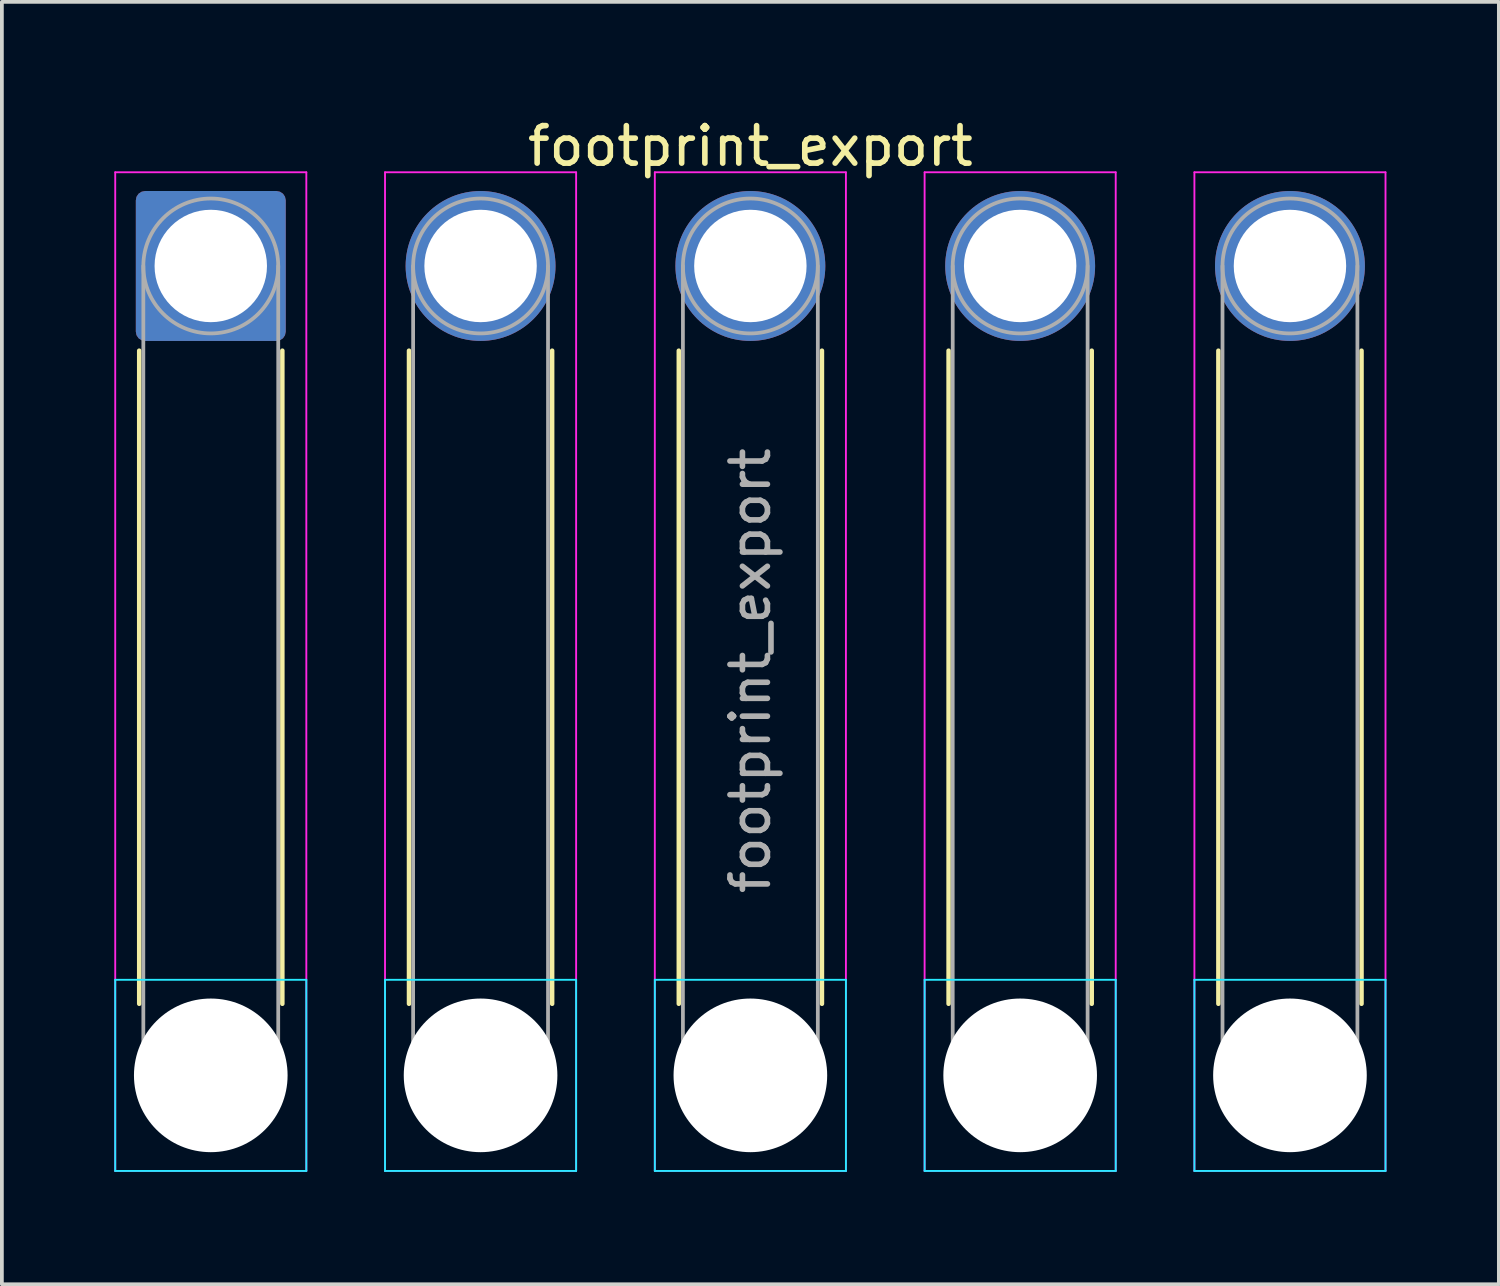
<source format=kicad_pcb>
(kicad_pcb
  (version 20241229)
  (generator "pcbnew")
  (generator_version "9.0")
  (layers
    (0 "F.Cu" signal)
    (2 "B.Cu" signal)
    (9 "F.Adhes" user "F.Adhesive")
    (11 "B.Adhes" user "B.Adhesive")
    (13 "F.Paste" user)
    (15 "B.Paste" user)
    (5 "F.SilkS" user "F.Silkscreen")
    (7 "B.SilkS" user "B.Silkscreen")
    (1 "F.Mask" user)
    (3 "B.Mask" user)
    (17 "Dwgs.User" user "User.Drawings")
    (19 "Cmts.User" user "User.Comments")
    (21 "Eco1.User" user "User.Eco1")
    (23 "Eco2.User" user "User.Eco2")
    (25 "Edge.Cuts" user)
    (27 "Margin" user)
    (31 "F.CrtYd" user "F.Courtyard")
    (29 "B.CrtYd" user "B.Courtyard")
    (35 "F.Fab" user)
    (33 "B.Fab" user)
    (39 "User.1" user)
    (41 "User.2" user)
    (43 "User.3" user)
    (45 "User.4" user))
  (footprint "footprint_export"
    (layer "F.Cu")
    (at 2.575 4.048)
    (property "Reference" "footprint_export" (at 14.4 -3.2 0) (layer "F.SilkS") (effects (font (size 1 1) (thickness 0.15))))
    (attr exclude_from_pos_files exclude_from_bom)
    (fp_line (start -1.91 2.26) (end -1.91 19.69) (stroke (width 0.12) (type solid)) (layer "F.SilkS"))
    (fp_line (start 1.91 2.26) (end 1.91 19.69) (stroke (width 0.12) (type solid)) (layer "F.SilkS"))
    (fp_line (start 5.29 2.26) (end 5.29 19.69) (stroke (width 0.12) (type solid)) (layer "F.SilkS"))
    (fp_line (start 9.11 2.26) (end 9.11 19.69) (stroke (width 0.12) (type solid)) (layer "F.SilkS"))
    (fp_line (start 12.49 2.26) (end 12.49 19.69) (stroke (width 0.12) (type solid)) (layer "F.SilkS"))
    (fp_line (start 16.31 2.26) (end 16.31 19.69) (stroke (width 0.12) (type solid)) (layer "F.SilkS"))
    (fp_line (start 19.69 2.26) (end 19.69 19.69) (stroke (width 0.12) (type solid)) (layer "F.SilkS"))
    (fp_line (start 23.51 2.26) (end 23.51 19.69) (stroke (width 0.12) (type solid)) (layer "F.SilkS"))
    (fp_line (start 26.89 2.26) (end 26.89 19.69) (stroke (width 0.12) (type solid)) (layer "F.SilkS"))
    (fp_line (start 30.71 2.26) (end 30.71 19.69) (stroke (width 0.12) (type solid)) (layer "F.SilkS"))
    (fp_line (start -2.55 19.05) (end -2.55 24.15) (stroke (width 0.05) (type solid)) (layer "B.CrtYd"))
    (fp_line (start -2.55 24.15) (end 2.55 24.15) (stroke (width 0.05) (type solid)) (layer "B.CrtYd"))
    (fp_line (start 2.55 19.05) (end -2.55 19.05) (stroke (width 0.05) (type solid)) (layer "B.CrtYd"))
    (fp_line (start 2.55 24.15) (end 2.55 19.05) (stroke (width 0.05) (type solid)) (layer "B.CrtYd"))
    (fp_line (start 4.65 19.05) (end 4.65 24.15) (stroke (width 0.05) (type solid)) (layer "B.CrtYd"))
    (fp_line (start 4.65 24.15) (end 9.75 24.15) (stroke (width 0.05) (type solid)) (layer "B.CrtYd"))
    (fp_line (start 9.75 19.05) (end 4.65 19.05) (stroke (width 0.05) (type solid)) (layer "B.CrtYd"))
    (fp_line (start 9.75 24.15) (end 9.75 19.05) (stroke (width 0.05) (type solid)) (layer "B.CrtYd"))
    (fp_line (start 11.85 19.05) (end 11.85 24.15) (stroke (width 0.05) (type solid)) (layer "B.CrtYd"))
    (fp_line (start 11.85 24.15) (end 16.95 24.15) (stroke (width 0.05) (type solid)) (layer "B.CrtYd"))
    (fp_line (start 16.95 19.05) (end 11.85 19.05) (stroke (width 0.05) (type solid)) (layer "B.CrtYd"))
    (fp_line (start 16.95 24.15) (end 16.95 19.05) (stroke (width 0.05) (type solid)) (layer "B.CrtYd"))
    (fp_line (start 19.05 19.05) (end 19.05 24.15) (stroke (width 0.05) (type solid)) (layer "B.CrtYd"))
    (fp_line (start 19.05 24.15) (end 24.15 24.15) (stroke (width 0.05) (type solid)) (layer "B.CrtYd"))
    (fp_line (start 24.15 19.05) (end 19.05 19.05) (stroke (width 0.05) (type solid)) (layer "B.CrtYd"))
    (fp_line (start 24.15 24.15) (end 24.15 19.05) (stroke (width 0.05) (type solid)) (layer "B.CrtYd"))
    (fp_line (start 26.25 19.05) (end 26.25 24.15) (stroke (width 0.05) (type solid)) (layer "B.CrtYd"))
    (fp_line (start 26.25 24.15) (end 31.35 24.15) (stroke (width 0.05) (type solid)) (layer "B.CrtYd"))
    (fp_line (start 31.35 19.05) (end 26.25 19.05) (stroke (width 0.05) (type solid)) (layer "B.CrtYd"))
    (fp_line (start 31.35 24.15) (end 31.35 19.05) (stroke (width 0.05) (type solid)) (layer "B.CrtYd"))
    (fp_line (start -2.55 -2.5) (end -2.55 24.15) (stroke (width 0.05) (type solid)) (layer "F.CrtYd"))
    (fp_line (start -2.55 24.15) (end 2.55 24.15) (stroke (width 0.05) (type solid)) (layer "F.CrtYd"))
    (fp_line (start 2.55 -2.5) (end -2.55 -2.5) (stroke (width 0.05) (type solid)) (layer "F.CrtYd"))
    (fp_line (start 2.55 24.15) (end 2.55 -2.5) (stroke (width 0.05) (type solid)) (layer "F.CrtYd"))
    (fp_line (start 4.65 -2.5) (end 4.65 24.15) (stroke (width 0.05) (type solid)) (layer "F.CrtYd"))
    (fp_line (start 4.65 24.15) (end 9.75 24.15) (stroke (width 0.05) (type solid)) (layer "F.CrtYd"))
    (fp_line (start 9.75 -2.5) (end 4.65 -2.5) (stroke (width 0.05) (type solid)) (layer "F.CrtYd"))
    (fp_line (start 9.75 24.15) (end 9.75 -2.5) (stroke (width 0.05) (type solid)) (layer "F.CrtYd"))
    (fp_line (start 11.85 -2.5) (end 11.85 24.15) (stroke (width 0.05) (type solid)) (layer "F.CrtYd"))
    (fp_line (start 11.85 24.15) (end 16.95 24.15) (stroke (width 0.05) (type solid)) (layer "F.CrtYd"))
    (fp_line (start 16.95 -2.5) (end 11.85 -2.5) (stroke (width 0.05) (type solid)) (layer "F.CrtYd"))
    (fp_line (start 16.95 24.15) (end 16.95 -2.5) (stroke (width 0.05) (type solid)) (layer "F.CrtYd"))
    (fp_line (start 19.05 -2.5) (end 19.05 24.15) (stroke (width 0.05) (type solid)) (layer "F.CrtYd"))
    (fp_line (start 19.05 24.15) (end 24.15 24.15) (stroke (width 0.05) (type solid)) (layer "F.CrtYd"))
    (fp_line (start 24.15 -2.5) (end 19.05 -2.5) (stroke (width 0.05) (type solid)) (layer "F.CrtYd"))
    (fp_line (start 24.15 24.15) (end 24.15 -2.5) (stroke (width 0.05) (type solid)) (layer "F.CrtYd"))
    (fp_line (start 26.25 -2.5) (end 26.25 24.15) (stroke (width 0.05) (type solid)) (layer "F.CrtYd"))
    (fp_line (start 26.25 24.15) (end 31.35 24.15) (stroke (width 0.05) (type solid)) (layer "F.CrtYd"))
    (fp_line (start 31.35 -2.5) (end 26.25 -2.5) (stroke (width 0.05) (type solid)) (layer "F.CrtYd"))
    (fp_line (start 31.35 24.15) (end 31.35 -2.5) (stroke (width 0.05) (type solid)) (layer "F.CrtYd"))
    (fp_line (start -1.8 0) (end -1.8 21.6) (stroke (width 0.1) (type solid)) (layer "F.Fab"))
    (fp_line (start 1.8 0) (end 1.8 21.6) (stroke (width 0.1) (type solid)) (layer "F.Fab"))
    (fp_line (start 5.4 0) (end 5.4 21.6) (stroke (width 0.1) (type solid)) (layer "F.Fab"))
    (fp_line (start 9 0) (end 9 21.6) (stroke (width 0.1) (type solid)) (layer "F.Fab"))
    (fp_line (start 12.6 0) (end 12.6 21.6) (stroke (width 0.1) (type solid)) (layer "F.Fab"))
    (fp_line (start 16.2 0) (end 16.2 21.6) (stroke (width 0.1) (type solid)) (layer "F.Fab"))
    (fp_line (start 19.8 0) (end 19.8 21.6) (stroke (width 0.1) (type solid)) (layer "F.Fab"))
    (fp_line (start 23.4 0) (end 23.4 21.6) (stroke (width 0.1) (type solid)) (layer "F.Fab"))
    (fp_line (start 27 0) (end 27 21.6) (stroke (width 0.1) (type solid)) (layer "F.Fab"))
    (fp_line (start 30.6 0) (end 30.6 21.6) (stroke (width 0.1) (type solid)) (layer "F.Fab"))
    (fp_circle (center 0 0) (end 1.8 0) (stroke (width 0.1) (type solid)) (fill no) (layer "F.Fab"))
    (fp_circle (center 0 21.6) (end 1.8 21.6) (stroke (width 0.1) (type solid)) (fill no) (layer "F.Fab"))
    (fp_circle (center 7.2 0) (end 9 0) (stroke (width 0.1) (type solid)) (fill no) (layer "F.Fab"))
    (fp_circle (center 7.2 21.6) (end 9 21.6) (stroke (width 0.1) (type solid)) (fill no) (layer "F.Fab"))
    (fp_circle (center 14.4 0) (end 16.2 0) (stroke (width 0.1) (type solid)) (fill no) (layer "F.Fab"))
    (fp_circle (center 14.4 21.6) (end 16.2 21.6) (stroke (width 0.1) (type solid)) (fill no) (layer "F.Fab"))
    (fp_circle (center 21.6 0) (end 23.4 0) (stroke (width 0.1) (type solid)) (fill no) (layer "F.Fab"))
    (fp_circle (center 21.6 21.6) (end 23.4 21.6) (stroke (width 0.1) (type solid)) (fill no) (layer "F.Fab"))
    (fp_circle (center 28.8 0) (end 30.6 0) (stroke (width 0.1) (type solid)) (fill no) (layer "F.Fab"))
    (fp_circle (center 28.8 21.6) (end 30.6 21.6) (stroke (width 0.1) (type solid)) (fill no) (layer "F.Fab"))
    (fp_text user "${REFERENCE}" (at 14.4 10.8 90) (layer "F.Fab") (effects (font (size 1 1) (thickness 0.15))))
    (pad "" np_thru_hole circle (at 0 21.6) (size 4.1 4.1) (drill 4.1) (layers "*.Cu" "*.Mask"))
    (pad "" np_thru_hole circle (at 7.2 21.6) (size 4.1 4.1) (drill 4.1) (layers "*.Cu" "*.Mask"))
    (pad "" np_thru_hole circle (at 14.4 21.6) (size 4.1 4.1) (drill 4.1) (layers "*.Cu" "*.Mask"))
    (pad "" np_thru_hole circle (at 21.6 21.6) (size 4.1 4.1) (drill 4.1) (layers "*.Cu" "*.Mask"))
    (pad "" np_thru_hole circle (at 28.8 21.6) (size 4.1 4.1) (drill 4.1) (layers "*.Cu" "*.Mask"))
    (pad "1" thru_hole roundrect (at 0 0) (size 4 4) (drill 3) (layers "*.Cu" "*.Mask") (roundrect_rratio 0.062))
    (pad "2" thru_hole circle (at 7.2 0) (size 4 4) (drill 3) (layers "*.Cu" "*.Mask"))
    (pad "3" thru_hole circle (at 14.4 0) (size 4 4) (drill 3) (layers "*.Cu" "*.Mask"))
    (pad "4" thru_hole circle (at 21.6 0) (size 4 4) (drill 3) (layers "*.Cu" "*.Mask"))
    (pad "5" thru_hole circle (at 28.8 0) (size 4 4) (drill 3) (layers "*.Cu" "*.Mask")))
  (gr_rect
    (start -3 -3)
    (end 36.95 31.223)
    (stroke (width 0.1) (type default))
    (fill no)
    (layer "Edge.Cuts")))
</source>
